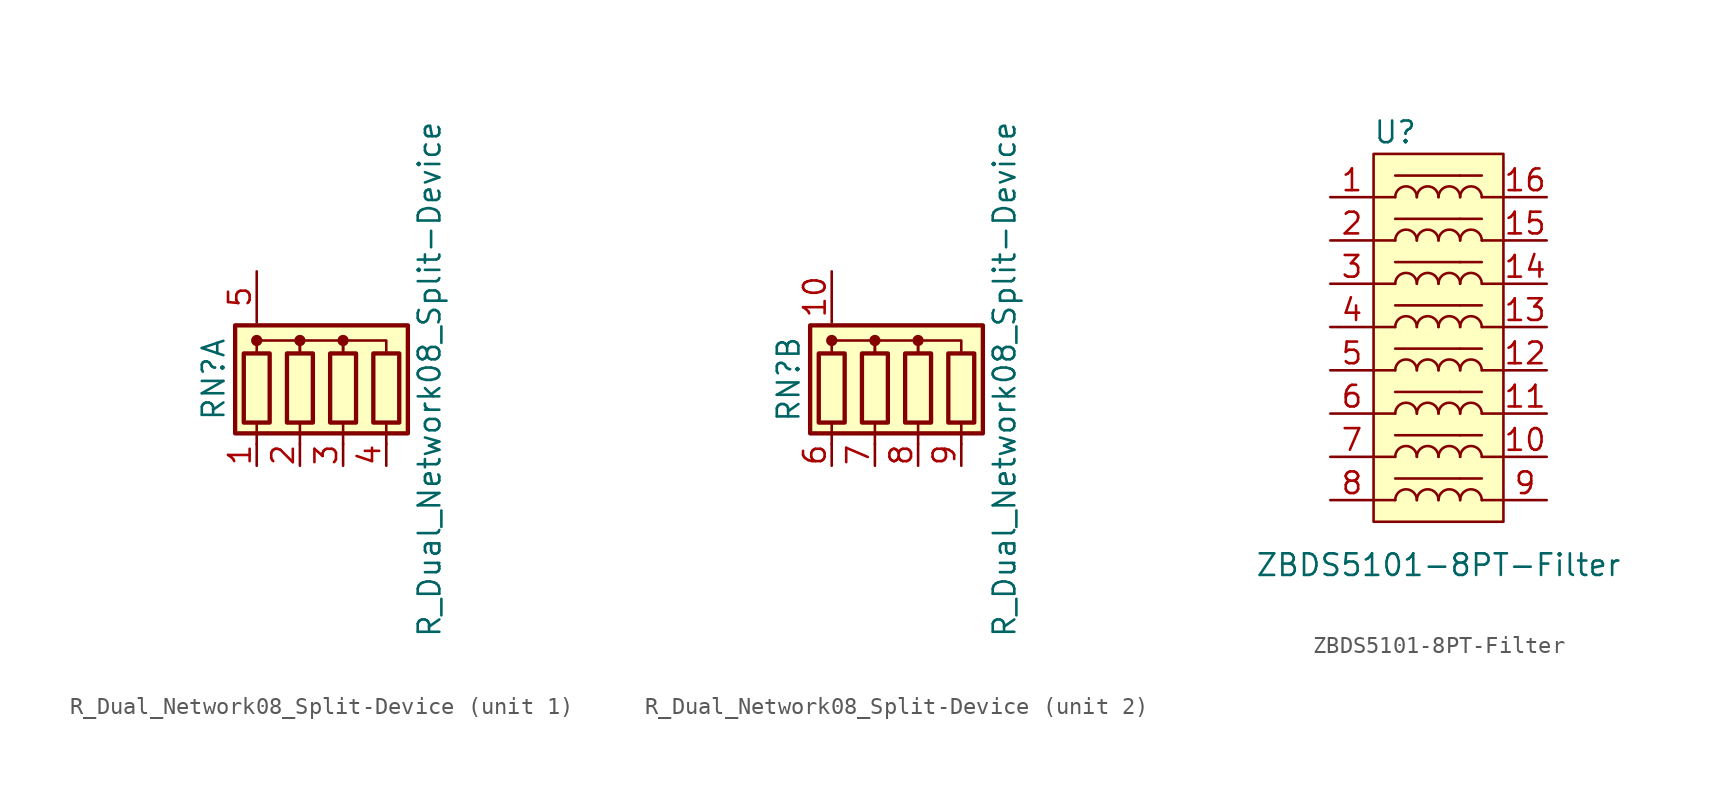
<source format=kicad_sym>
(kicad_symbol_lib
  (version 20211014)
  (generator kicad_symbol_editor)
  (symbol "R_Dual_Network08_Split-Device"
    (pin_names
      (offset 0) hide)
    (property "Reference" "RN"
      (at -7.62 0 90)
      (effects (font (size 1.27 1.27))))
    (property "Value" "R_Dual_Network08_Split-Device"
      (at 5.08 0 90)
      (effects (font (size 1.27 1.27))))
    (symbol "R_Dual_Network08_Split-Device_0_1"
      (rectangle (start -6.35 -3.175) (end 3.81 3.175) (stroke (width 0.254) (type default) (color 0 0 0 0)) (fill (type background)))
      (rectangle (start -5.842 1.524) (end -4.318 -2.54) (stroke (width 0.254) (type default) (color 0 0 0 0)) (fill (type none)))
      (circle (center -5.08 2.286) (radius 0.254) (stroke (width 0) (type default) (color 0 0 0 0)) (fill (type outline)))
      (rectangle (start -3.302 1.524) (end -1.778 -2.54) (stroke (width 0.254) (type default) (color 0 0 0 0)) (fill (type none)))
      (circle (center -2.54 2.286) (radius 0.254) (stroke (width 0) (type default) (color 0 0 0 0)) (fill (type outline)))
      (rectangle (start -0.762 1.524) (end 0.762 -2.54) (stroke (width 0.254) (type default) (color 0 0 0 0)) (fill (type none)))
      (polyline (pts (xy -5.08 -2.54) (xy -5.08 -3.81)) (stroke (width 0) (type default) (color 0 0 0 0)) (fill (type none)))
      (polyline (pts (xy -2.54 -2.54) (xy -2.54 -3.81)) (stroke (width 0) (type default) (color 0 0 0 0)) (fill (type none)))
      (polyline (pts (xy 0 -2.54) (xy 0 -3.81)) (stroke (width 0) (type default) (color 0 0 0 0)) (fill (type none)))
      (polyline (pts (xy 2.54 -2.54) (xy 2.54 -3.81)) (stroke (width 0) (type default) (color 0 0 0 0)) (fill (type none)))
      (polyline (pts (xy -5.08 1.524) (xy -5.08 2.286) (xy -2.54 2.286) (xy -2.54 1.524)) (stroke (width 0) (type default) (color 0 0 0 0)) (fill (type none)))
      (polyline (pts (xy -2.54 1.524) (xy -2.54 2.286) (xy 0 2.286) (xy 0 1.524)) (stroke (width 0) (type default) (color 0 0 0 0)) (fill (type none)))
      (polyline (pts (xy 0 1.524) (xy 0 2.286) (xy 2.54 2.286) (xy 2.54 1.524)) (stroke (width 0) (type default) (color 0 0 0 0)) (fill (type none)))
      (circle (center 0 2.286) (radius 0.254) (stroke (width 0) (type default) (color 0 0 0 0)) (fill (type outline)))
      (rectangle (start 1.778 1.524) (end 3.302 -2.54) (stroke (width 0.254) (type default) (color 0 0 0 0)) (fill (type none))))
    (symbol "R_Dual_Network08_Split-Device_1_1"
      (pin passive line (at -5.08 -5.08 90) (length 1.27) (name "R1" (effects (font (size 1.27 1.27)))) (number "1" (effects (font (size 1.27 1.27)))))
      (pin passive line (at -2.54 -5.08 90) (length 1.27) (name "R2" (effects (font (size 1.27 1.27)))) (number "2" (effects (font (size 1.27 1.27)))))
      (pin passive line (at 0 -5.08 90) (length 1.27) (name "R3" (effects (font (size 1.27 1.27)))) (number "3" (effects (font (size 1.27 1.27)))))
      (pin passive line (at 2.54 -5.08 90) (length 1.27) (name "R4" (effects (font (size 1.27 1.27)))) (number "4" (effects (font (size 1.27 1.27)))))
      (pin passive line (at -5.08 6.35 270) (length 2.997) (name "common" (effects (font (size 1.27 1.27)))) (number "5" (effects (font (size 1.27 1.27))))))
    (symbol "R_Dual_Network08_Split-Device_2_1"
      (pin passive line (at -5.08 6.35 270) (length 2.997) (name "common" (effects (font (size 1.27 1.27)))) (number "10" (effects (font (size 1.27 1.27)))))
      (pin passive line (at -5.08 -5.08 90) (length 1.27) (name "R5" (effects (font (size 1.27 1.27)))) (number "6" (effects (font (size 1.27 1.27)))))
      (pin passive line (at -2.54 -5.08 90) (length 1.27) (name "R6" (effects (font (size 1.27 1.27)))) (number "7" (effects (font (size 1.27 1.27)))))
      (pin passive line (at 0 -5.08 90) (length 1.27) (name "R7" (effects (font (size 1.27 1.27)))) (number "8" (effects (font (size 1.27 1.27)))))
      (pin passive line (at 2.54 -5.08 90) (length 1.27) (name "R8" (effects (font (size 1.27 1.27)))) (number "9" (effects (font (size 1.27 1.27)))))))
  (symbol "ZBDS5101-8PT-Filter"
    (pin_names
      (offset 1.016))
    (property "Reference" "U"
      (at -2.54 12.7 0)
      (effects (font (size 1.27 1.27))))
    (property "Value" "ZBDS5101-8PT-Filter"
      (at 0 -12.7 0)
      (effects (font (size 1.27 1.27))))
    (symbol "ZBDS5101-8PT-Filter_0_1"
      (rectangle (start -3.81 11.43) (end 3.81 -10.16) (stroke (width 0) (type default) (color 0 0 0 0)) (fill (type background)))
      (arc (start -1.27 -8.89) (mid -1.905 -8.255) (end -2.54 -8.89) (stroke (width 0) (type default) (color 0 0 0 0)) (fill (type none)))
      (arc (start -1.27 -6.35) (mid -1.905 -5.715) (end -2.54 -6.35) (stroke (width 0) (type default) (color 0 0 0 0)) (fill (type none)))
      (arc (start -1.27 -3.81) (mid -1.905 -3.175) (end -2.54 -3.81) (stroke (width 0) (type default) (color 0 0 0 0)) (fill (type none)))
      (arc (start -1.27 -1.27) (mid -1.905 -0.635) (end -2.54 -1.27) (stroke (width 0) (type default) (color 0 0 0 0)) (fill (type none)))
      (arc (start -1.27 1.27) (mid -1.905 1.905) (end -2.54 1.27) (stroke (width 0) (type default) (color 0 0 0 0)) (fill (type none)))
      (arc (start -1.27 3.81) (mid -1.905 4.445) (end -2.54 3.81) (stroke (width 0) (type default) (color 0 0 0 0)) (fill (type none)))
      (arc (start -1.27 6.35) (mid -1.905 6.985) (end -2.54 6.35) (stroke (width 0) (type default) (color 0 0 0 0)) (fill (type none)))
      (arc (start -1.27 8.89) (mid -1.905 9.525) (end -2.54 8.89) (stroke (width 0) (type default) (color 0 0 0 0)) (fill (type none)))
      (arc (start 0 -8.89) (mid -0.635 -8.255) (end -1.27 -8.89) (stroke (width 0) (type default) (color 0 0 0 0)) (fill (type none)))
      (arc (start 0 -6.35) (mid -0.635 -5.715) (end -1.27 -6.35) (stroke (width 0) (type default) (color 0 0 0 0)) (fill (type none)))
      (arc (start 0 -3.81) (mid -0.635 -3.175) (end -1.27 -3.81) (stroke (width 0) (type default) (color 0 0 0 0)) (fill (type none)))
      (arc (start 0 -1.27) (mid -0.635 -0.635) (end -1.27 -1.27) (stroke (width 0) (type default) (color 0 0 0 0)) (fill (type none)))
      (polyline (pts (xy -2.54 -8.89) (xy -3.81 -8.89)) (stroke (width 0) (type default) (color 0 0 0 0)) (fill (type none)))
      (polyline (pts (xy -2.54 -6.35) (xy -3.81 -6.35)) (stroke (width 0) (type default) (color 0 0 0 0)) (fill (type none)))
      (polyline (pts (xy -2.54 -3.81) (xy -3.81 -3.81)) (stroke (width 0) (type default) (color 0 0 0 0)) (fill (type none)))
      (polyline (pts (xy -2.54 -1.27) (xy -3.81 -1.27)) (stroke (width 0) (type default) (color 0 0 0 0)) (fill (type none)))
      (polyline (pts (xy -2.54 1.27) (xy -3.81 1.27)) (stroke (width 0) (type default) (color 0 0 0 0)) (fill (type none)))
      (polyline (pts (xy -2.54 3.81) (xy -3.81 3.81)) (stroke (width 0) (type default) (color 0 0 0 0)) (fill (type none)))
      (polyline (pts (xy -2.54 6.35) (xy -3.81 6.35)) (stroke (width 0) (type default) (color 0 0 0 0)) (fill (type none)))
      (polyline (pts (xy -2.54 8.89) (xy -3.81 8.89)) (stroke (width 0) (type default) (color 0 0 0 0)) (fill (type none)))
      (polyline (pts (xy 1.27 -7.62) (xy -2.54 -7.62)) (stroke (width 0) (type default) (color 0 0 0 0)) (fill (type none)))
      (polyline (pts (xy 1.27 -7.62) (xy 2.54 -7.62)) (stroke (width 0) (type default) (color 0 0 0 0)) (fill (type none)))
      (polyline (pts (xy 1.27 -5.08) (xy -2.54 -5.08)) (stroke (width 0) (type default) (color 0 0 0 0)) (fill (type none)))
      (polyline (pts (xy 1.27 -5.08) (xy 2.54 -5.08)) (stroke (width 0) (type default) (color 0 0 0 0)) (fill (type none)))
      (polyline (pts (xy 1.27 -2.54) (xy -2.54 -2.54)) (stroke (width 0) (type default) (color 0 0 0 0)) (fill (type none)))
      (polyline (pts (xy 1.27 -2.54) (xy 2.54 -2.54)) (stroke (width 0) (type default) (color 0 0 0 0)) (fill (type none)))
      (polyline (pts (xy 1.27 0) (xy -2.54 0)) (stroke (width 0) (type default) (color 0 0 0 0)) (fill (type none)))
      (polyline (pts (xy 1.27 0) (xy 2.54 0)) (stroke (width 0) (type default) (color 0 0 0 0)) (fill (type none)))
      (polyline (pts (xy 1.27 2.54) (xy -2.54 2.54)) (stroke (width 0) (type default) (color 0 0 0 0)) (fill (type none)))
      (polyline (pts (xy 1.27 2.54) (xy 2.54 2.54)) (stroke (width 0) (type default) (color 0 0 0 0)) (fill (type none)))
      (polyline (pts (xy 1.27 5.08) (xy -2.54 5.08)) (stroke (width 0) (type default) (color 0 0 0 0)) (fill (type none)))
      (polyline (pts (xy 1.27 5.08) (xy 2.54 5.08)) (stroke (width 0) (type default) (color 0 0 0 0)) (fill (type none)))
      (polyline (pts (xy 1.27 7.62) (xy -2.54 7.62)) (stroke (width 0) (type default) (color 0 0 0 0)) (fill (type none)))
      (polyline (pts (xy 1.27 7.62) (xy 2.54 7.62)) (stroke (width 0) (type default) (color 0 0 0 0)) (fill (type none)))
      (polyline (pts (xy 1.27 10.16) (xy -2.54 10.16)) (stroke (width 0) (type default) (color 0 0 0 0)) (fill (type none)))
      (polyline (pts (xy 1.27 10.16) (xy 2.54 10.16)) (stroke (width 0) (type default) (color 0 0 0 0)) (fill (type none)))
      (polyline (pts (xy 3.81 -8.89) (xy 2.54 -8.89)) (stroke (width 0) (type default) (color 0 0 0 0)) (fill (type none)))
      (polyline (pts (xy 3.81 -6.35) (xy 2.54 -6.35)) (stroke (width 0) (type default) (color 0 0 0 0)) (fill (type none)))
      (polyline (pts (xy 3.81 -3.81) (xy 2.54 -3.81)) (stroke (width 0) (type default) (color 0 0 0 0)) (fill (type none)))
      (polyline (pts (xy 3.81 -1.27) (xy 2.54 -1.27)) (stroke (width 0) (type default) (color 0 0 0 0)) (fill (type none)))
      (polyline (pts (xy 3.81 1.27) (xy 2.54 1.27)) (stroke (width 0) (type default) (color 0 0 0 0)) (fill (type none)))
      (polyline (pts (xy 3.81 3.81) (xy 2.54 3.81)) (stroke (width 0) (type default) (color 0 0 0 0)) (fill (type none)))
      (polyline (pts (xy 3.81 6.35) (xy 2.54 6.35)) (stroke (width 0) (type default) (color 0 0 0 0)) (fill (type none)))
      (polyline (pts (xy 3.81 8.89) (xy 2.54 8.89)) (stroke (width 0) (type default) (color 0 0 0 0)) (fill (type none)))
      (arc (start 0 1.27) (mid -0.635 1.905) (end -1.27 1.27) (stroke (width 0) (type default) (color 0 0 0 0)) (fill (type none)))
      (arc (start 0 3.81) (mid -0.635 4.445) (end -1.27 3.81) (stroke (width 0) (type default) (color 0 0 0 0)) (fill (type none)))
      (arc (start 0 6.35) (mid -0.635 6.985) (end -1.27 6.35) (stroke (width 0) (type default) (color 0 0 0 0)) (fill (type none)))
      (arc (start 0 8.89) (mid -0.635 9.525) (end -1.27 8.89) (stroke (width 0) (type default) (color 0 0 0 0)) (fill (type none)))
      (arc (start 1.27 -8.89) (mid 0.635 -8.255) (end 0 -8.89) (stroke (width 0) (type default) (color 0 0 0 0)) (fill (type none)))
      (arc (start 1.27 -6.35) (mid 0.635 -5.715) (end 0 -6.35) (stroke (width 0) (type default) (color 0 0 0 0)) (fill (type none)))
      (arc (start 1.27 -3.81) (mid 0.635 -3.175) (end 0 -3.81) (stroke (width 0) (type default) (color 0 0 0 0)) (fill (type none)))
      (arc (start 1.27 -1.27) (mid 0.635 -0.635) (end 0 -1.27) (stroke (width 0) (type default) (color 0 0 0 0)) (fill (type none)))
      (arc (start 1.27 1.27) (mid 0.635 1.905) (end 0 1.27) (stroke (width 0) (type default) (color 0 0 0 0)) (fill (type none)))
      (arc (start 1.27 3.81) (mid 0.635 4.445) (end 0 3.81) (stroke (width 0) (type default) (color 0 0 0 0)) (fill (type none)))
      (arc (start 1.27 6.35) (mid 0.635 6.985) (end 0 6.35) (stroke (width 0) (type default) (color 0 0 0 0)) (fill (type none)))
      (arc (start 1.27 8.89) (mid 0.635 9.525) (end 0 8.89) (stroke (width 0) (type default) (color 0 0 0 0)) (fill (type none)))
      (arc (start 2.54 -8.89) (mid 1.905 -8.255) (end 1.27 -8.89) (stroke (width 0) (type default) (color 0 0 0 0)) (fill (type none)))
      (arc (start 2.54 -6.35) (mid 1.905 -5.715) (end 1.27 -6.35) (stroke (width 0) (type default) (color 0 0 0 0)) (fill (type none)))
      (arc (start 2.54 -3.81) (mid 1.905 -3.175) (end 1.27 -3.81) (stroke (width 0) (type default) (color 0 0 0 0)) (fill (type none)))
      (arc (start 2.54 -1.27) (mid 1.905 -0.635) (end 1.27 -1.27) (stroke (width 0) (type default) (color 0 0 0 0)) (fill (type none)))
      (arc (start 2.54 1.27) (mid 1.905 1.905) (end 1.27 1.27) (stroke (width 0) (type default) (color 0 0 0 0)) (fill (type none)))
      (arc (start 2.54 3.81) (mid 1.905 4.445) (end 1.27 3.81) (stroke (width 0) (type default) (color 0 0 0 0)) (fill (type none)))
      (arc (start 2.54 6.35) (mid 1.905 6.985) (end 1.27 6.35) (stroke (width 0) (type default) (color 0 0 0 0)) (fill (type none)))
      (arc (start 2.54 8.89) (mid 1.905 9.525) (end 1.27 8.89) (stroke (width 0) (type default) (color 0 0 0 0)) (fill (type none))))
    (symbol "ZBDS5101-8PT-Filter_1_1"
      (pin passive line (at -6.35 8.89 0) (length 2.54) (name "~" (effects (font (size 1.27 1.27)))) (number "1" (effects (font (size 1.27 1.27)))))
      (pin passive line (at 6.35 -6.35 180) (length 2.54) (name "~" (effects (font (size 1.27 1.27)))) (number "10" (effects (font (size 1.27 1.27)))))
      (pin passive line (at 6.35 -3.81 180) (length 2.54) (name "~" (effects (font (size 1.27 1.27)))) (number "11" (effects (font (size 1.27 1.27)))))
      (pin passive line (at 6.35 -1.27 180) (length 2.54) (name "~" (effects (font (size 1.27 1.27)))) (number "12" (effects (font (size 1.27 1.27)))))
      (pin passive line (at 6.35 1.27 180) (length 2.54) (name "~" (effects (font (size 1.27 1.27)))) (number "13" (effects (font (size 1.27 1.27)))))
      (pin passive line (at 6.35 3.81 180) (length 2.54) (name "~" (effects (font (size 1.27 1.27)))) (number "14" (effects (font (size 1.27 1.27)))))
      (pin passive line (at 6.35 6.35 180) (length 2.54) (name "~" (effects (font (size 1.27 1.27)))) (number "15" (effects (font (size 1.27 1.27)))))
      (pin passive line (at 6.35 8.89 180) (length 2.54) (name "~" (effects (font (size 1.27 1.27)))) (number "16" (effects (font (size 1.27 1.27)))))
      (pin passive line (at -6.35 6.35 0) (length 2.54) (name "~" (effects (font (size 1.27 1.27)))) (number "2" (effects (font (size 1.27 1.27)))))
      (pin passive line (at -6.35 3.81 0) (length 2.54) (name "~" (effects (font (size 1.27 1.27)))) (number "3" (effects (font (size 1.27 1.27)))))
      (pin passive line (at -6.35 1.27 0) (length 2.54) (name "~" (effects (font (size 1.27 1.27)))) (number "4" (effects (font (size 1.27 1.27)))))
      (pin passive line (at -6.35 -1.27 0) (length 2.54) (name "~" (effects (font (size 1.27 1.27)))) (number "5" (effects (font (size 1.27 1.27)))))
      (pin passive line (at -6.35 -3.81 0) (length 2.54) (name "~" (effects (font (size 1.27 1.27)))) (number "6" (effects (font (size 1.27 1.27)))))
      (pin passive line (at -6.35 -6.35 0) (length 2.54) (name "~" (effects (font (size 1.27 1.27)))) (number "7" (effects (font (size 1.27 1.27)))))
      (pin passive line (at -6.35 -8.89 0) (length 2.54) (name "~" (effects (font (size 1.27 1.27)))) (number "8" (effects (font (size 1.27 1.27)))))
      (pin passive line (at 6.35 -8.89 180) (length 2.54) (name "~" (effects (font (size 1.27 1.27)))) (number "9" (effects (font (size 1.27 1.27))))))))
</source>
